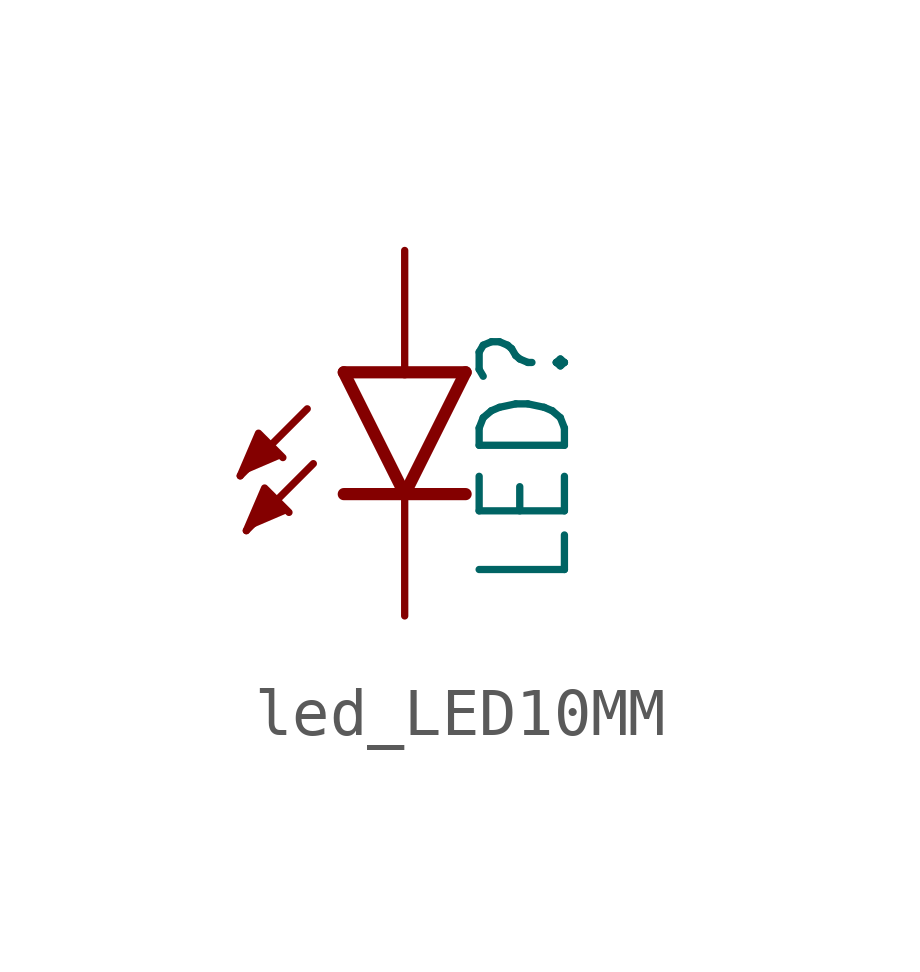
<source format=kicad_sym>
(kicad_symbol_lib
  (version 20231120)
  (generator "kicad_symbol_editor")
  (generator_version "8.0")
  (symbol "led_LED10MM"
    (property "Reference" "LED"
      (at 3.556 -4.572 90)
      (effects (font (size 1.778 1.511)) (justify left bottom)))
    (property "Value" ""
      (at 5.715 -4.572 90)
      (effects (font (size 1.778 1.511)) (justify left bottom)))
    (property "ki_locked" ""
      (at 0 0 0)
      (effects (font (size 1.27 1.27))))
    (symbol "led_LED10MM_1_0"
      (polyline (pts (xy -2.032 -0.762) (xy -3.429 -2.159)) (stroke (width 0.152) (type solid)) (fill (type none)))
      (polyline (pts (xy -1.905 -1.905) (xy -3.302 -3.302)) (stroke (width 0.152) (type solid)) (fill (type none)))
      (polyline (pts (xy 0 -2.54) (xy -1.27 -2.54)) (stroke (width 0.254) (type solid)) (fill (type none)))
      (polyline (pts (xy 0 -2.54) (xy -1.27 0)) (stroke (width 0.254) (type solid)) (fill (type none)))
      (polyline (pts (xy 0 0) (xy -1.27 0)) (stroke (width 0.254) (type solid)) (fill (type none)))
      (polyline (pts (xy 1.27 -2.54) (xy 0 -2.54)) (stroke (width 0.254) (type solid)) (fill (type none)))
      (polyline (pts (xy 1.27 0) (xy 0 -2.54)) (stroke (width 0.254) (type solid)) (fill (type none)))
      (polyline (pts (xy 1.27 0) (xy 0 0)) (stroke (width 0.254) (type solid)) (fill (type none)))
      (polyline (pts (xy -3.429 -2.159) (xy -3.048 -1.27) (xy -2.54 -1.778)) (stroke (width 0.152) (type solid)) (fill (type outline)))
      (polyline (pts (xy -3.302 -3.302) (xy -2.921 -2.413) (xy -2.413 -2.921)) (stroke (width 0.152) (type solid)) (fill (type outline)))
      (pin passive line (at 0 2.54 270) (length 2.54) (name "A" (effects (font (size 0 0)))) (number "A" (effects (font (size 0 0)))))
      (pin passive line (at 0 -5.08 90) (length 2.54) (name "C" (effects (font (size 0 0)))) (number "K" (effects (font (size 0 0))))))))
</source>
